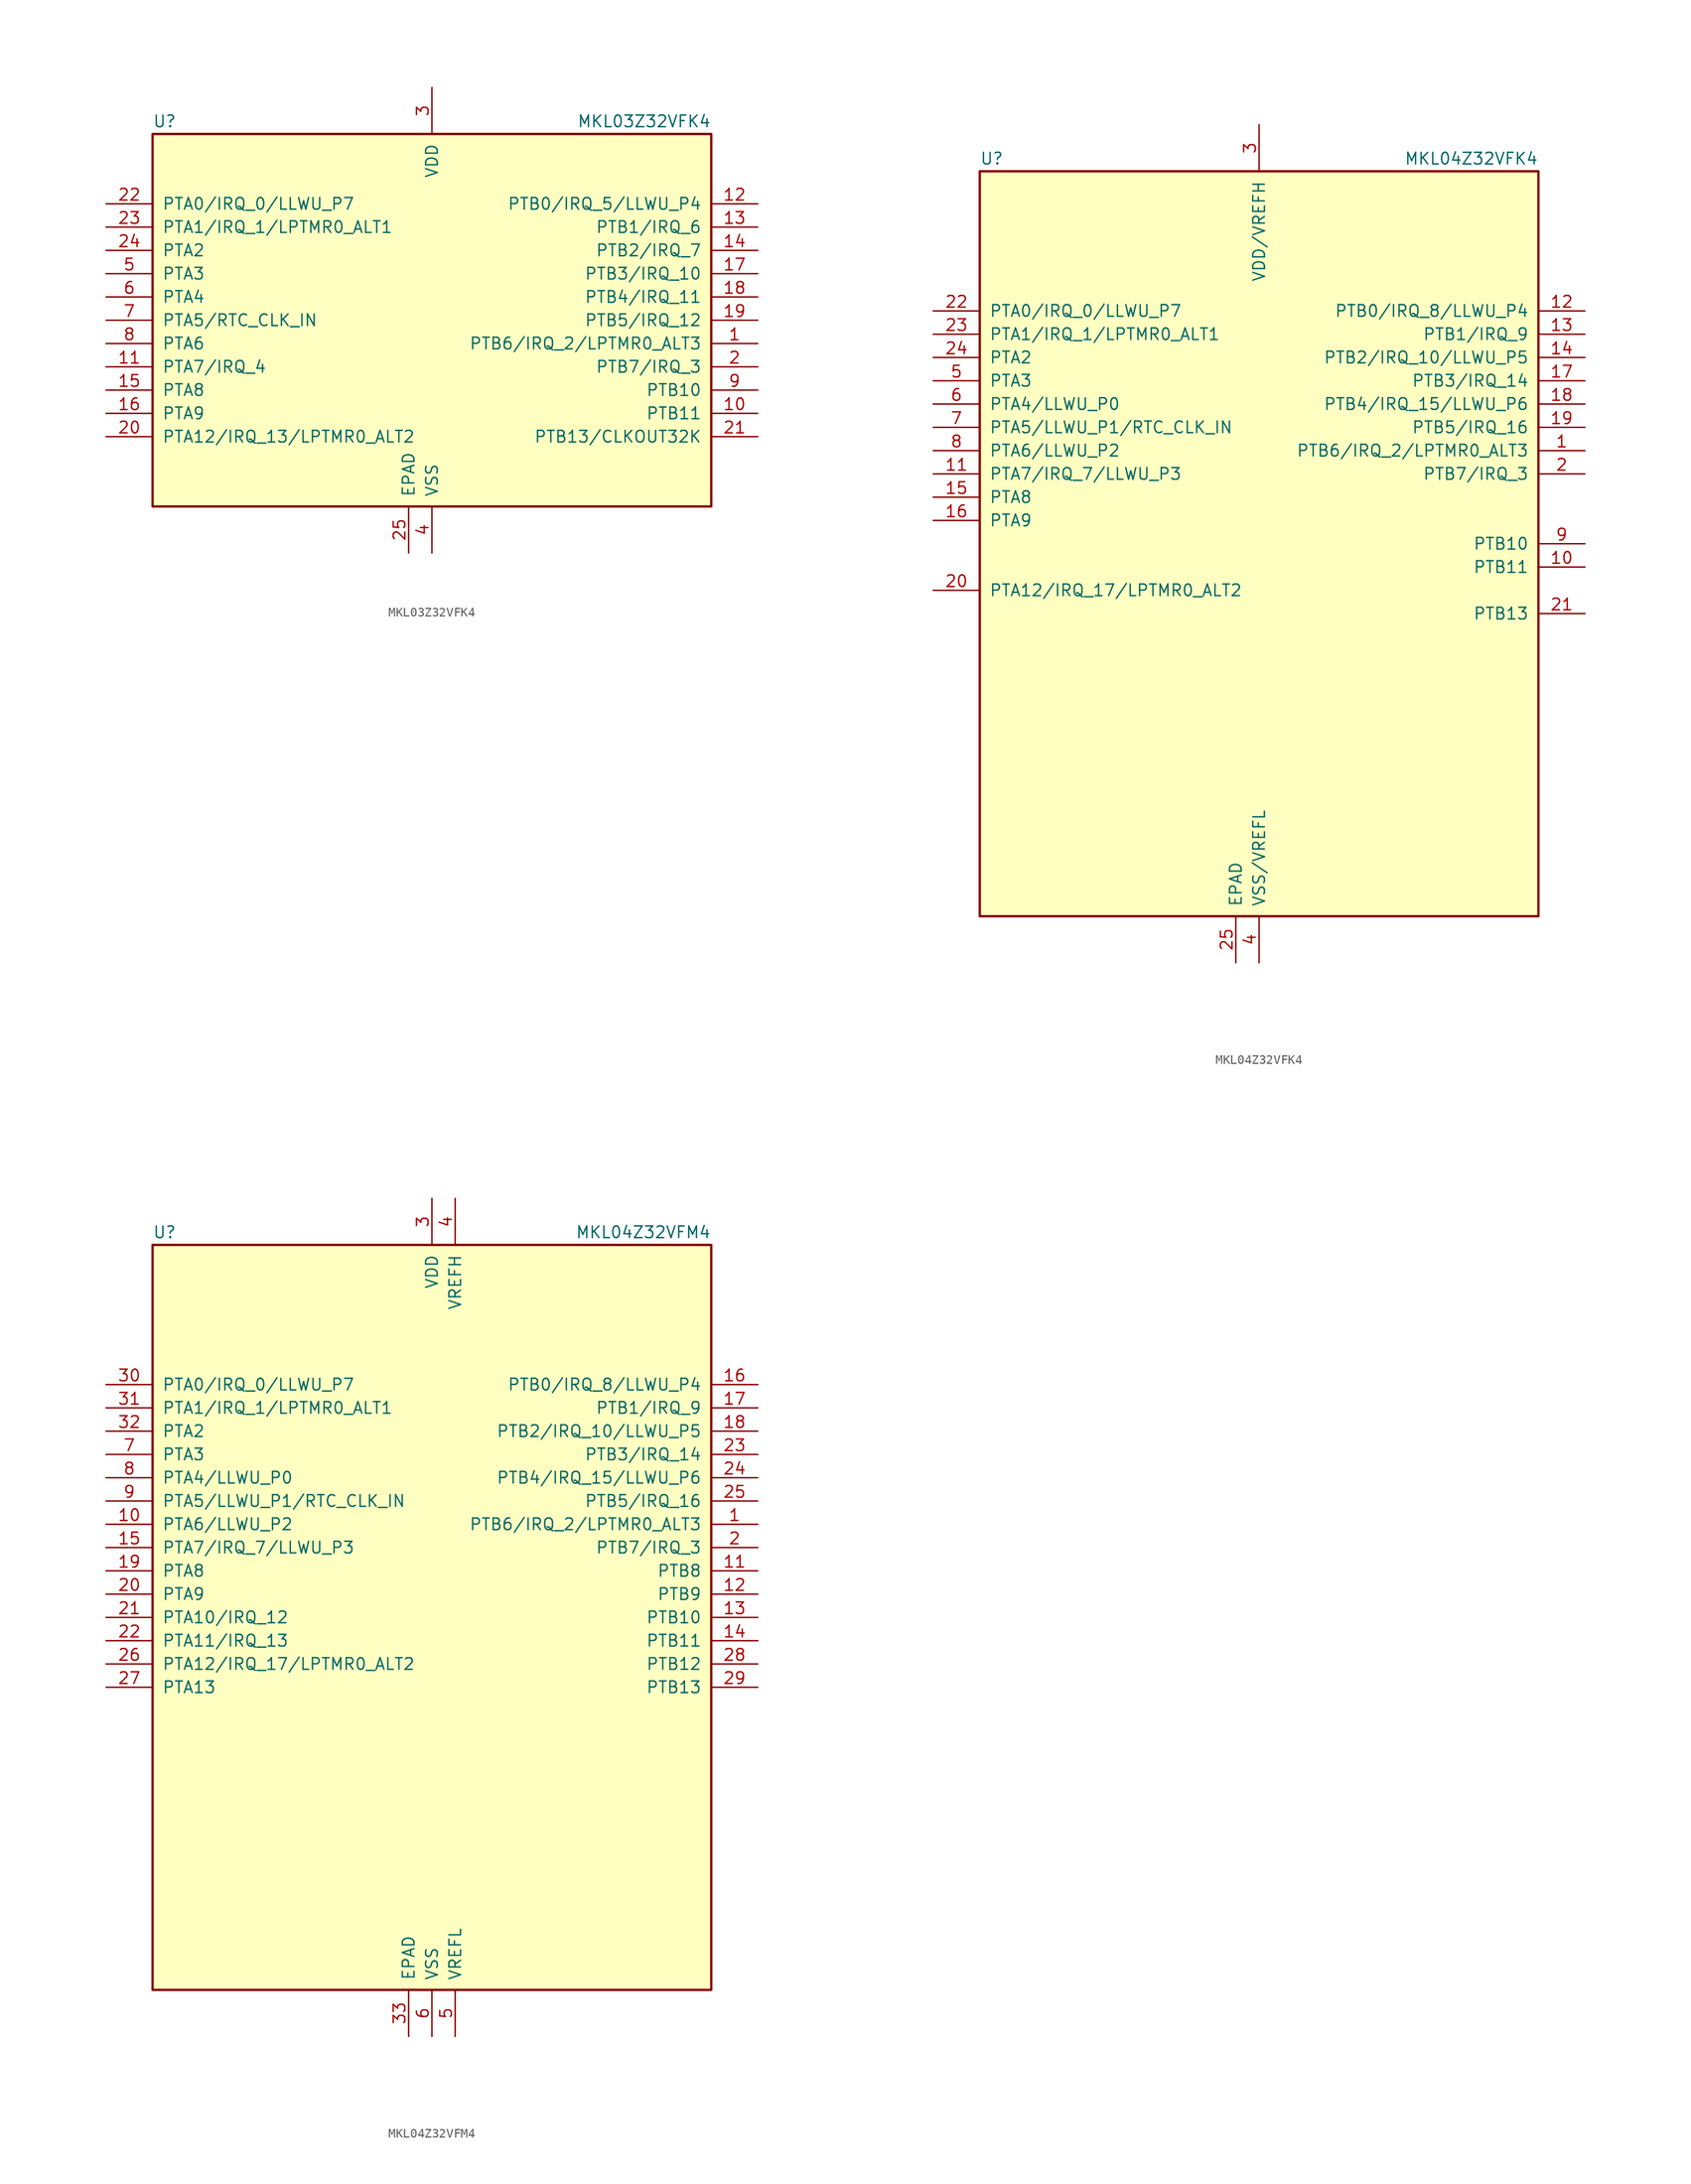
<source format=kicad_sym>
(kicad_symbol_lib
  (version 20241209)
  (generator "kicad_symbol_editor")
  (generator_version "9.0")
  (symbol "MKL03Z32VFK4"
    (pin_names
      (offset 1.016))
    (property "Reference" "U"
      (at -30.48 20.955 0)
      (effects (font (size 1.27 1.27)) (justify left bottom)))
    (property "Value" "MKL03Z32VFK4"
      (at 30.48 20.955 0)
      (effects (font (size 1.27 1.27)) (justify right bottom)))
    (symbol "MKL03Z32VFK4_0_1"
      (rectangle (start -30.48 20.32) (end 30.48 -20.32) (stroke (width 0.254) (type default)) (fill (type background))))
    (symbol "MKL03Z32VFK4_1_1"
      (pin bidirectional line (at -35.56 12.7 0) (length 5.08) (name "PTA0/IRQ_0/LLWU_P7" (effects (font (size 1.27 1.27)))) (number "22" (effects (font (size 1.27 1.27)))))
      (pin bidirectional line (at -35.56 10.16 0) (length 5.08) (name "PTA1/IRQ_1/LPTMR0_ALT1" (effects (font (size 1.27 1.27)))) (number "23" (effects (font (size 1.27 1.27)))))
      (pin bidirectional line (at -35.56 7.62 0) (length 5.08) (name "PTA2" (effects (font (size 1.27 1.27)))) (number "24" (effects (font (size 1.27 1.27)))))
      (pin bidirectional line (at -35.56 5.08 0) (length 5.08) (name "PTA3" (effects (font (size 1.27 1.27)))) (number "5" (effects (font (size 1.27 1.27)))))
      (pin bidirectional line (at -35.56 2.54 0) (length 5.08) (name "PTA4" (effects (font (size 1.27 1.27)))) (number "6" (effects (font (size 1.27 1.27)))))
      (pin bidirectional line (at -35.56 0 0) (length 5.08) (name "PTA5/RTC_CLK_IN" (effects (font (size 1.27 1.27)))) (number "7" (effects (font (size 1.27 1.27)))))
      (pin bidirectional line (at -35.56 -2.54 0) (length 5.08) (name "PTA6" (effects (font (size 1.27 1.27)))) (number "8" (effects (font (size 1.27 1.27)))))
      (pin bidirectional line (at -35.56 -5.08 0) (length 5.08) (name "PTA7/IRQ_4" (effects (font (size 1.27 1.27)))) (number "11" (effects (font (size 1.27 1.27)))))
      (pin bidirectional line (at -35.56 -7.62 0) (length 5.08) (name "PTA8" (effects (font (size 1.27 1.27)))) (number "15" (effects (font (size 1.27 1.27)))))
      (pin bidirectional line (at -35.56 -10.16 0) (length 5.08) (name "PTA9" (effects (font (size 1.27 1.27)))) (number "16" (effects (font (size 1.27 1.27)))))
      (pin bidirectional line (at -35.56 -12.7 0) (length 5.08) (name "PTA12/IRQ_13/LPTMR0_ALT2" (effects (font (size 1.27 1.27)))) (number "20" (effects (font (size 1.27 1.27)))))
      (pin power_in line (at -2.54 -25.4 90) (length 5.08) (name "EPAD" (effects (font (size 1.27 1.27)))) (number "25" (effects (font (size 1.27 1.27)))))
      (pin power_in line (at 0 25.4 270) (length 5.08) (name "VDD" (effects (font (size 1.27 1.27)))) (number "3" (effects (font (size 1.27 1.27)))))
      (pin power_in line (at 0 -25.4 90) (length 5.08) (name "VSS" (effects (font (size 1.27 1.27)))) (number "4" (effects (font (size 1.27 1.27)))))
      (pin bidirectional line (at 35.56 12.7 180) (length 5.08) (name "PTB0/IRQ_5/LLWU_P4" (effects (font (size 1.27 1.27)))) (number "12" (effects (font (size 1.27 1.27)))))
      (pin bidirectional line (at 35.56 10.16 180) (length 5.08) (name "PTB1/IRQ_6" (effects (font (size 1.27 1.27)))) (number "13" (effects (font (size 1.27 1.27)))))
      (pin bidirectional line (at 35.56 7.62 180) (length 5.08) (name "PTB2/IRQ_7" (effects (font (size 1.27 1.27)))) (number "14" (effects (font (size 1.27 1.27)))))
      (pin bidirectional line (at 35.56 5.08 180) (length 5.08) (name "PTB3/IRQ_10" (effects (font (size 1.27 1.27)))) (number "17" (effects (font (size 1.27 1.27)))))
      (pin bidirectional line (at 35.56 2.54 180) (length 5.08) (name "PTB4/IRQ_11" (effects (font (size 1.27 1.27)))) (number "18" (effects (font (size 1.27 1.27)))))
      (pin bidirectional line (at 35.56 0 180) (length 5.08) (name "PTB5/IRQ_12" (effects (font (size 1.27 1.27)))) (number "19" (effects (font (size 1.27 1.27)))))
      (pin bidirectional line (at 35.56 -2.54 180) (length 5.08) (name "PTB6/IRQ_2/LPTMR0_ALT3" (effects (font (size 1.27 1.27)))) (number "1" (effects (font (size 1.27 1.27)))))
      (pin bidirectional line (at 35.56 -5.08 180) (length 5.08) (name "PTB7/IRQ_3" (effects (font (size 1.27 1.27)))) (number "2" (effects (font (size 1.27 1.27)))))
      (pin bidirectional line (at 35.56 -7.62 180) (length 5.08) (name "PTB10" (effects (font (size 1.27 1.27)))) (number "9" (effects (font (size 1.27 1.27)))))
      (pin bidirectional line (at 35.56 -10.16 180) (length 5.08) (name "PTB11" (effects (font (size 1.27 1.27)))) (number "10" (effects (font (size 1.27 1.27)))))
      (pin bidirectional line (at 35.56 -12.7 180) (length 5.08) (name "PTB13/CLKOUT32K" (effects (font (size 1.27 1.27)))) (number "21" (effects (font (size 1.27 1.27)))))))
  (symbol "MKL04Z32VFK4"
    (pin_names
      (offset 1.016))
    (property "Reference" "U"
      (at -30.48 41.275 0)
      (effects (font (size 1.27 1.27)) (justify left bottom)))
    (property "Value" "MKL04Z32VFK4"
      (at 30.48 41.275 0)
      (effects (font (size 1.27 1.27)) (justify right bottom)))
    (symbol "MKL04Z32VFK4_0_1"
      (rectangle (start -30.48 40.64) (end 30.48 -40.64) (stroke (width 0.254) (type default)) (fill (type background))))
    (symbol "MKL04Z32VFK4_1_1"
      (pin bidirectional line (at -35.56 25.4 0) (length 5.08) (name "PTA0/IRQ_0/LLWU_P7" (effects (font (size 1.27 1.27)))) (number "22" (effects (font (size 1.27 1.27)))))
      (pin bidirectional line (at -35.56 22.86 0) (length 5.08) (name "PTA1/IRQ_1/LPTMR0_ALT1" (effects (font (size 1.27 1.27)))) (number "23" (effects (font (size 1.27 1.27)))))
      (pin bidirectional line (at -35.56 20.32 0) (length 5.08) (name "PTA2" (effects (font (size 1.27 1.27)))) (number "24" (effects (font (size 1.27 1.27)))))
      (pin bidirectional line (at -35.56 17.78 0) (length 5.08) (name "PTA3" (effects (font (size 1.27 1.27)))) (number "5" (effects (font (size 1.27 1.27)))))
      (pin bidirectional line (at -35.56 15.24 0) (length 5.08) (name "PTA4/LLWU_P0" (effects (font (size 1.27 1.27)))) (number "6" (effects (font (size 1.27 1.27)))))
      (pin bidirectional line (at -35.56 12.7 0) (length 5.08) (name "PTA5/LLWU_P1/RTC_CLK_IN" (effects (font (size 1.27 1.27)))) (number "7" (effects (font (size 1.27 1.27)))))
      (pin bidirectional line (at -35.56 10.16 0) (length 5.08) (name "PTA6/LLWU_P2" (effects (font (size 1.27 1.27)))) (number "8" (effects (font (size 1.27 1.27)))))
      (pin bidirectional line (at -35.56 7.62 0) (length 5.08) (name "PTA7/IRQ_7/LLWU_P3" (effects (font (size 1.27 1.27)))) (number "11" (effects (font (size 1.27 1.27)))))
      (pin bidirectional line (at -35.56 5.08 0) (length 5.08) (name "PTA8" (effects (font (size 1.27 1.27)))) (number "15" (effects (font (size 1.27 1.27)))))
      (pin bidirectional line (at -35.56 2.54 0) (length 5.08) (name "PTA9" (effects (font (size 1.27 1.27)))) (number "16" (effects (font (size 1.27 1.27)))))
      (pin bidirectional line (at -35.56 -5.08 0) (length 5.08) (name "PTA12/IRQ_17/LPTMR0_ALT2" (effects (font (size 1.27 1.27)))) (number "20" (effects (font (size 1.27 1.27)))))
      (pin power_in line (at -2.54 -45.72 90) (length 5.08) (name "EPAD" (effects (font (size 1.27 1.27)))) (number "25" (effects (font (size 1.27 1.27)))))
      (pin power_in line (at 0 45.72 270) (length 5.08) (name "VDD/VREFH" (effects (font (size 1.27 1.27)))) (number "3" (effects (font (size 1.27 1.27)))))
      (pin power_in line (at 0 -45.72 90) (length 5.08) (name "VSS/VREFL" (effects (font (size 1.27 1.27)))) (number "4" (effects (font (size 1.27 1.27)))))
      (pin bidirectional line (at 35.56 25.4 180) (length 5.08) (name "PTB0/IRQ_8/LLWU_P4" (effects (font (size 1.27 1.27)))) (number "12" (effects (font (size 1.27 1.27)))))
      (pin bidirectional line (at 35.56 22.86 180) (length 5.08) (name "PTB1/IRQ_9" (effects (font (size 1.27 1.27)))) (number "13" (effects (font (size 1.27 1.27)))))
      (pin bidirectional line (at 35.56 20.32 180) (length 5.08) (name "PTB2/IRQ_10/LLWU_P5" (effects (font (size 1.27 1.27)))) (number "14" (effects (font (size 1.27 1.27)))))
      (pin bidirectional line (at 35.56 17.78 180) (length 5.08) (name "PTB3/IRQ_14" (effects (font (size 1.27 1.27)))) (number "17" (effects (font (size 1.27 1.27)))))
      (pin bidirectional line (at 35.56 15.24 180) (length 5.08) (name "PTB4/IRQ_15/LLWU_P6" (effects (font (size 1.27 1.27)))) (number "18" (effects (font (size 1.27 1.27)))))
      (pin bidirectional line (at 35.56 12.7 180) (length 5.08) (name "PTB5/IRQ_16" (effects (font (size 1.27 1.27)))) (number "19" (effects (font (size 1.27 1.27)))))
      (pin bidirectional line (at 35.56 10.16 180) (length 5.08) (name "PTB6/IRQ_2/LPTMR0_ALT3" (effects (font (size 1.27 1.27)))) (number "1" (effects (font (size 1.27 1.27)))))
      (pin bidirectional line (at 35.56 7.62 180) (length 5.08) (name "PTB7/IRQ_3" (effects (font (size 1.27 1.27)))) (number "2" (effects (font (size 1.27 1.27)))))
      (pin bidirectional line (at 35.56 0 180) (length 5.08) (name "PTB10" (effects (font (size 1.27 1.27)))) (number "9" (effects (font (size 1.27 1.27)))))
      (pin bidirectional line (at 35.56 -2.54 180) (length 5.08) (name "PTB11" (effects (font (size 1.27 1.27)))) (number "10" (effects (font (size 1.27 1.27)))))
      (pin bidirectional line (at 35.56 -7.62 180) (length 5.08) (name "PTB13" (effects (font (size 1.27 1.27)))) (number "21" (effects (font (size 1.27 1.27)))))))
  (symbol "MKL04Z32VFM4"
    (pin_names
      (offset 1.016))
    (property "Reference" "U"
      (at -30.48 41.275 0)
      (effects (font (size 1.27 1.27)) (justify left bottom)))
    (property "Value" "MKL04Z32VFM4"
      (at 30.48 41.275 0)
      (effects (font (size 1.27 1.27)) (justify right bottom)))
    (symbol "MKL04Z32VFM4_0_1"
      (rectangle (start -30.48 40.64) (end 30.48 -40.64) (stroke (width 0.254) (type default)) (fill (type background))))
    (symbol "MKL04Z32VFM4_1_1"
      (pin bidirectional line (at -35.56 25.4 0) (length 5.08) (name "PTA0/IRQ_0/LLWU_P7" (effects (font (size 1.27 1.27)))) (number "30" (effects (font (size 1.27 1.27)))))
      (pin bidirectional line (at -35.56 22.86 0) (length 5.08) (name "PTA1/IRQ_1/LPTMR0_ALT1" (effects (font (size 1.27 1.27)))) (number "31" (effects (font (size 1.27 1.27)))))
      (pin bidirectional line (at -35.56 20.32 0) (length 5.08) (name "PTA2" (effects (font (size 1.27 1.27)))) (number "32" (effects (font (size 1.27 1.27)))))
      (pin bidirectional line (at -35.56 17.78 0) (length 5.08) (name "PTA3" (effects (font (size 1.27 1.27)))) (number "7" (effects (font (size 1.27 1.27)))))
      (pin bidirectional line (at -35.56 15.24 0) (length 5.08) (name "PTA4/LLWU_P0" (effects (font (size 1.27 1.27)))) (number "8" (effects (font (size 1.27 1.27)))))
      (pin bidirectional line (at -35.56 12.7 0) (length 5.08) (name "PTA5/LLWU_P1/RTC_CLK_IN" (effects (font (size 1.27 1.27)))) (number "9" (effects (font (size 1.27 1.27)))))
      (pin bidirectional line (at -35.56 10.16 0) (length 5.08) (name "PTA6/LLWU_P2" (effects (font (size 1.27 1.27)))) (number "10" (effects (font (size 1.27 1.27)))))
      (pin bidirectional line (at -35.56 7.62 0) (length 5.08) (name "PTA7/IRQ_7/LLWU_P3" (effects (font (size 1.27 1.27)))) (number "15" (effects (font (size 1.27 1.27)))))
      (pin bidirectional line (at -35.56 5.08 0) (length 5.08) (name "PTA8" (effects (font (size 1.27 1.27)))) (number "19" (effects (font (size 1.27 1.27)))))
      (pin bidirectional line (at -35.56 2.54 0) (length 5.08) (name "PTA9" (effects (font (size 1.27 1.27)))) (number "20" (effects (font (size 1.27 1.27)))))
      (pin bidirectional line (at -35.56 0 0) (length 5.08) (name "PTA10/IRQ_12" (effects (font (size 1.27 1.27)))) (number "21" (effects (font (size 1.27 1.27)))))
      (pin bidirectional line (at -35.56 -2.54 0) (length 5.08) (name "PTA11/IRQ_13" (effects (font (size 1.27 1.27)))) (number "22" (effects (font (size 1.27 1.27)))))
      (pin bidirectional line (at -35.56 -5.08 0) (length 5.08) (name "PTA12/IRQ_17/LPTMR0_ALT2" (effects (font (size 1.27 1.27)))) (number "26" (effects (font (size 1.27 1.27)))))
      (pin bidirectional line (at -35.56 -7.62 0) (length 5.08) (name "PTA13" (effects (font (size 1.27 1.27)))) (number "27" (effects (font (size 1.27 1.27)))))
      (pin power_in line (at -2.54 -45.72 90) (length 5.08) (name "EPAD" (effects (font (size 1.27 1.27)))) (number "33" (effects (font (size 1.27 1.27)))))
      (pin power_in line (at 0 45.72 270) (length 5.08) (name "VDD" (effects (font (size 1.27 1.27)))) (number "3" (effects (font (size 1.27 1.27)))))
      (pin power_in line (at 0 -45.72 90) (length 5.08) (name "VSS" (effects (font (size 1.27 1.27)))) (number "6" (effects (font (size 1.27 1.27)))))
      (pin power_in line (at 2.54 45.72 270) (length 5.08) (name "VREFH" (effects (font (size 1.27 1.27)))) (number "4" (effects (font (size 1.27 1.27)))))
      (pin power_in line (at 2.54 -45.72 90) (length 5.08) (name "VREFL" (effects (font (size 1.27 1.27)))) (number "5" (effects (font (size 1.27 1.27)))))
      (pin bidirectional line (at 35.56 25.4 180) (length 5.08) (name "PTB0/IRQ_8/LLWU_P4" (effects (font (size 1.27 1.27)))) (number "16" (effects (font (size 1.27 1.27)))))
      (pin bidirectional line (at 35.56 22.86 180) (length 5.08) (name "PTB1/IRQ_9" (effects (font (size 1.27 1.27)))) (number "17" (effects (font (size 1.27 1.27)))))
      (pin bidirectional line (at 35.56 20.32 180) (length 5.08) (name "PTB2/IRQ_10/LLWU_P5" (effects (font (size 1.27 1.27)))) (number "18" (effects (font (size 1.27 1.27)))))
      (pin bidirectional line (at 35.56 17.78 180) (length 5.08) (name "PTB3/IRQ_14" (effects (font (size 1.27 1.27)))) (number "23" (effects (font (size 1.27 1.27)))))
      (pin bidirectional line (at 35.56 15.24 180) (length 5.08) (name "PTB4/IRQ_15/LLWU_P6" (effects (font (size 1.27 1.27)))) (number "24" (effects (font (size 1.27 1.27)))))
      (pin bidirectional line (at 35.56 12.7 180) (length 5.08) (name "PTB5/IRQ_16" (effects (font (size 1.27 1.27)))) (number "25" (effects (font (size 1.27 1.27)))))
      (pin bidirectional line (at 35.56 10.16 180) (length 5.08) (name "PTB6/IRQ_2/LPTMR0_ALT3" (effects (font (size 1.27 1.27)))) (number "1" (effects (font (size 1.27 1.27)))))
      (pin bidirectional line (at 35.56 7.62 180) (length 5.08) (name "PTB7/IRQ_3" (effects (font (size 1.27 1.27)))) (number "2" (effects (font (size 1.27 1.27)))))
      (pin bidirectional line (at 35.56 5.08 180) (length 5.08) (name "PTB8" (effects (font (size 1.27 1.27)))) (number "11" (effects (font (size 1.27 1.27)))))
      (pin bidirectional line (at 35.56 2.54 180) (length 5.08) (name "PTB9" (effects (font (size 1.27 1.27)))) (number "12" (effects (font (size 1.27 1.27)))))
      (pin bidirectional line (at 35.56 0 180) (length 5.08) (name "PTB10" (effects (font (size 1.27 1.27)))) (number "13" (effects (font (size 1.27 1.27)))))
      (pin bidirectional line (at 35.56 -2.54 180) (length 5.08) (name "PTB11" (effects (font (size 1.27 1.27)))) (number "14" (effects (font (size 1.27 1.27)))))
      (pin bidirectional line (at 35.56 -5.08 180) (length 5.08) (name "PTB12" (effects (font (size 1.27 1.27)))) (number "28" (effects (font (size 1.27 1.27)))))
      (pin bidirectional line (at 35.56 -7.62 180) (length 5.08) (name "PTB13" (effects (font (size 1.27 1.27)))) (number "29" (effects (font (size 1.27 1.27))))))))
</source>
